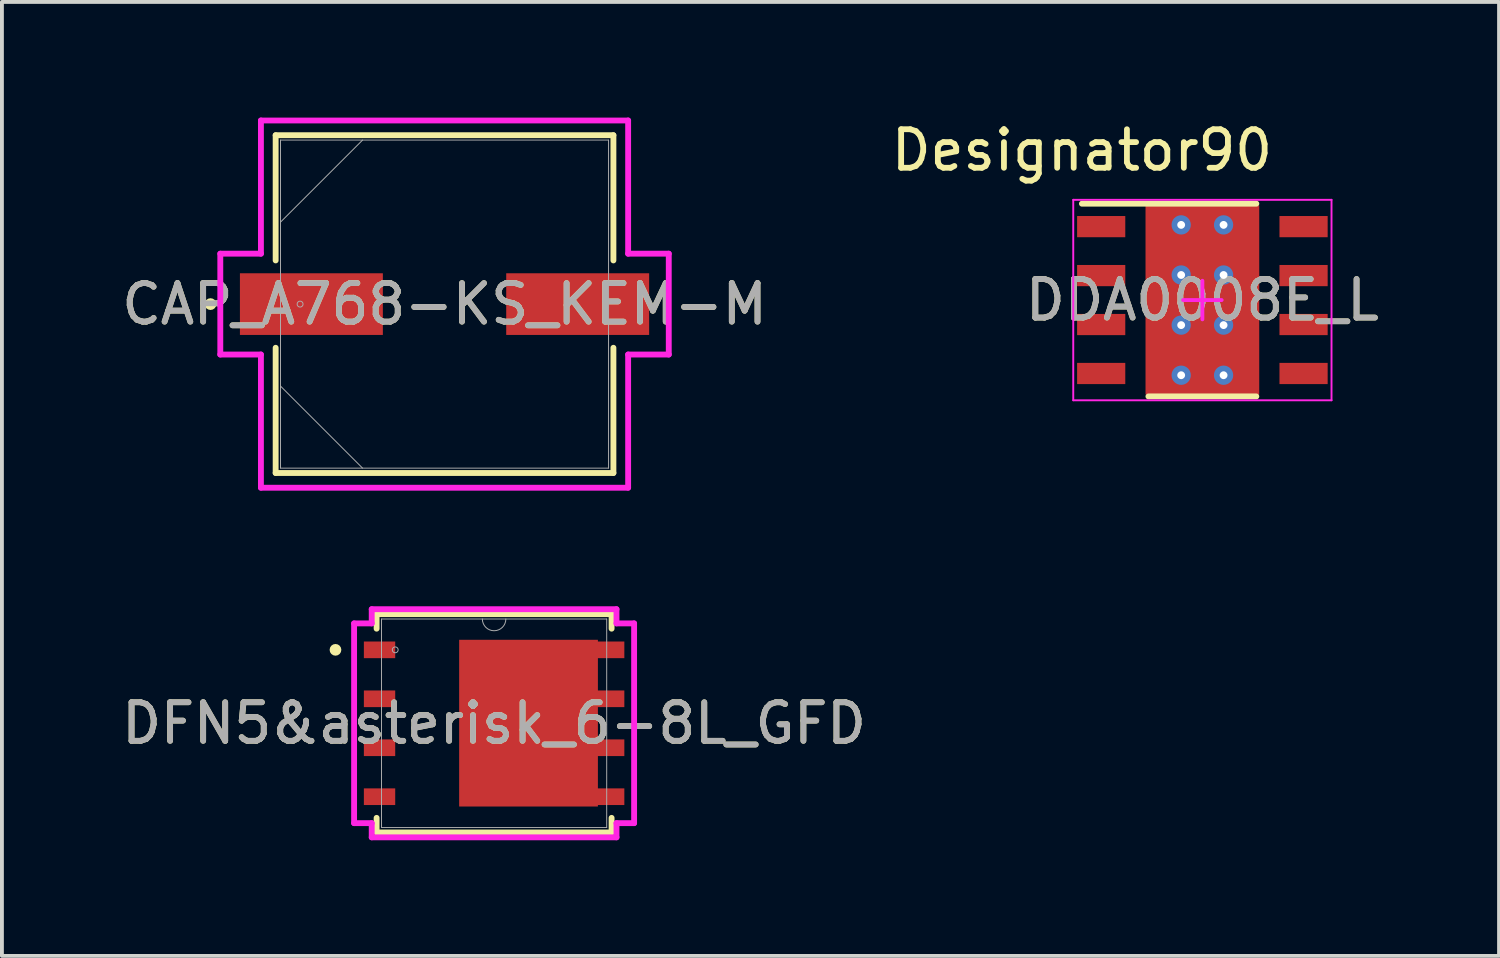
<source format=kicad_pcb>
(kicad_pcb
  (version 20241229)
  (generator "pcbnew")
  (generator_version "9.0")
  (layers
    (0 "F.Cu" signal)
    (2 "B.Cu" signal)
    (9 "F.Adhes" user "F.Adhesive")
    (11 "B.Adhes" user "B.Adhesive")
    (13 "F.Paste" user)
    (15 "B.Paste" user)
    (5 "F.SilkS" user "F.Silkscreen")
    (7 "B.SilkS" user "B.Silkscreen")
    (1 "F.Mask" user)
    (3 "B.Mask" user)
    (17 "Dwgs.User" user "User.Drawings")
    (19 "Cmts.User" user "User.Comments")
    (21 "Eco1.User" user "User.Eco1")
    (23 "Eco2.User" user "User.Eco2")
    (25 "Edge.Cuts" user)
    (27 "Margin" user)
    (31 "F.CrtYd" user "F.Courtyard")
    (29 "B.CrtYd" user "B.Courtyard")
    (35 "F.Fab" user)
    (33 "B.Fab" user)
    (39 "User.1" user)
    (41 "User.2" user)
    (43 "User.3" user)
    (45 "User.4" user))
  (footprint "DFN5&asterisk_6-8L_GFD"
    (layer "F.Cu")
    (at 9.768 15.713)
    (property "Reference" "DFN5&asterisk_6-8L_GFD" (at 0 0 0) (unlocked yes) (layer "F.SilkS") (effects (font (size 1 1) (thickness 0.15))))
    (attr smd)
    (fp_poly (pts (xy 2.692 -2.159) (xy -0.914 -2.159) (xy -0.914 2.159) (xy 2.692 2.159)) (stroke (width 0) (type solid)) (fill yes) (layer "F.Mask"))
    (fp_line (start -3.048 -2.832) (end -3.048 -2.454) (stroke (width 0.152) (type solid)) (layer "F.SilkS"))
    (fp_line (start -3.048 2.454) (end -3.048 2.832) (stroke (width 0.152) (type solid)) (layer "F.SilkS"))
    (fp_line (start -3.048 2.832) (end 3.048 2.832) (stroke (width 0.152) (type solid)) (layer "F.SilkS"))
    (fp_line (start 3.048 -2.832) (end -3.048 -2.832) (stroke (width 0.152) (type solid)) (layer "F.SilkS"))
    (fp_line (start 3.048 -2.454) (end 3.048 -2.832) (stroke (width 0.152) (type solid)) (layer "F.SilkS"))
    (fp_line (start 3.048 2.832) (end 3.048 2.454) (stroke (width 0.152) (type solid)) (layer "F.SilkS"))
    (fp_circle (center -4.115 -1.905) (end -4.039 -1.905) (stroke (width 0.152) (type solid)) (fill no) (layer "F.SilkS"))
    (fp_poly (pts (xy 2.692 -2.159) (xy -0.914 -2.159) (xy -0.914 2.159) (xy 2.692 2.159)) (stroke (width 0) (type solid)) (fill yes) (layer "F.Paste"))
    (fp_line (start -3.632 -2.591) (end -3.175 -2.591) (stroke (width 0.152) (type solid)) (layer "F.CrtYd"))
    (fp_line (start -3.632 2.591) (end -3.632 -2.591) (stroke (width 0.152) (type solid)) (layer "F.CrtYd"))
    (fp_line (start -3.632 2.591) (end -3.175 2.591) (stroke (width 0.152) (type solid)) (layer "F.CrtYd"))
    (fp_line (start -3.175 -2.959) (end 3.175 -2.959) (stroke (width 0.152) (type solid)) (layer "F.CrtYd"))
    (fp_line (start -3.175 -2.591) (end -3.175 -2.959) (stroke (width 0.152) (type solid)) (layer "F.CrtYd"))
    (fp_line (start -3.175 2.959) (end -3.175 2.591) (stroke (width 0.152) (type solid)) (layer "F.CrtYd"))
    (fp_line (start 3.175 -2.959) (end 3.175 -2.591) (stroke (width 0.152) (type solid)) (layer "F.CrtYd"))
    (fp_line (start 3.175 2.591) (end 3.175 2.959) (stroke (width 0.152) (type solid)) (layer "F.CrtYd"))
    (fp_line (start 3.175 2.959) (end -3.175 2.959) (stroke (width 0.152) (type solid)) (layer "F.CrtYd"))
    (fp_line (start 3.632 -2.591) (end 3.175 -2.591) (stroke (width 0.152) (type solid)) (layer "F.CrtYd"))
    (fp_line (start 3.632 -2.591) (end 3.632 2.591) (stroke (width 0.152) (type solid)) (layer "F.CrtYd"))
    (fp_line (start 3.632 2.591) (end 3.175 2.591) (stroke (width 0.152) (type solid)) (layer "F.CrtYd"))
    (fp_line (start -2.921 -2.705) (end -2.921 2.705) (stroke (width 0.025) (type solid)) (layer "F.Fab"))
    (fp_line (start -2.921 2.705) (end 2.921 2.705) (stroke (width 0.025) (type solid)) (layer "F.Fab"))
    (fp_line (start 2.921 -2.705) (end -2.921 -2.705) (stroke (width 0.025) (type solid)) (layer "F.Fab"))
    (fp_line (start 2.921 2.705) (end 2.921 -2.705) (stroke (width 0.025) (type solid)) (layer "F.Fab"))
    (fp_arc (start 0.3048 -2.7051) (mid 0 -2.4003) (end -0.3048 -2.7051) (stroke (width 0.0254) (type solid)) (layer "F.Fab"))
    (fp_circle (center -2.565 -1.905) (end -2.489 -1.905) (stroke (width 0.025) (type solid)) (fill no) (layer "F.Fab"))
    (fp_text user "${REFERENCE}" (at 0 0 0) (unlocked yes) (layer "F.Fab") (effects (font (size 1 1) (thickness 0.15))))
    (pad "1" smd rect (at 0.893 -0.003) (size 3.599 4.325) (layers "F.Cu" "F.Mask" "F.Paste"))
    (pad "1" smd rect (at 2.972 -1.905) (size 0.813 0.432) (layers "F.Cu" "F.Mask" "F.Paste"))
    (pad "1" smd rect (at 2.972 -0.635) (size 0.813 0.432) (layers "F.Cu" "F.Mask" "F.Paste"))
    (pad "1" smd rect (at 2.972 0.635) (size 0.813 0.432) (layers "F.Cu" "F.Mask" "F.Paste"))
    (pad "1" smd rect (at 2.972 1.905) (size 0.813 0.432) (layers "F.Cu" "F.Mask" "F.Paste"))
    (pad "2" smd rect (at -2.972 1.905) (size 0.813 0.432) (layers "F.Cu" "F.Mask" "F.Paste"))
    (pad "3" smd rect (at -2.972 -1.905) (size 0.813 0.432) (layers "F.Cu" "F.Mask" "F.Paste"))
    (pad "3" smd rect (at -2.972 -0.635) (size 0.813 0.432) (layers "F.Cu" "F.Mask" "F.Paste"))
    (pad "3" smd rect (at -2.972 0.635) (size 0.813 0.432) (layers "F.Cu" "F.Mask" "F.Paste")))
  (footprint "DDA0008E_L"
    (layer "F.Cu")
    (at 28.142 4.734)
    (property "Reference" "DDA0008E_L" (at 0 0 0) (unlocked yes) (layer "F.SilkS") (effects (font (size 1 1) (thickness 0.15))))
    (attr smd)
    (fp_poly (pts (xy -1.2 1.502) (xy -1.2 -1.502) (xy -1.199 -1.511) (xy -1.196 -1.52) (xy -1.192 -1.529) (xy -1.186 -1.536) (xy -1.179 -1.542) (xy -1.17 -1.546) (xy -1.161 -1.549) (xy -1.152 -1.55) (xy 1.152 -1.55) (xy 1.161 -1.549) (xy 1.17 -1.546) (xy 1.179 -1.542) (xy 1.186 -1.536) (xy 1.192 -1.529) (xy 1.196 -1.52) (xy 1.199 -1.511) (xy 1.2 -1.502) (xy 1.2 1.502) (xy 1.199 1.511) (xy 1.196 1.52) (xy 1.192 1.529) (xy 1.186 1.536) (xy 1.179 1.542) (xy 1.17 1.546) (xy 1.161 1.549) (xy 1.152 1.55) (xy -1.152 1.55) (xy -1.161 1.549) (xy -1.17 1.546) (xy -1.179 1.542) (xy -1.186 1.536) (xy -1.192 1.529) (xy -1.196 1.52) (xy -1.199 1.511)) (stroke (width 0) (type solid)) (fill yes) (layer "F.Mask"))
    (fp_line (start -3.125 -2.5) (end 1.4 -2.5) (stroke (width 0.152) (type solid)) (layer "F.SilkS"))
    (fp_line (start -1.4 2.5) (end 1.4 2.5) (stroke (width 0.152) (type solid)) (layer "F.SilkS"))
    (fp_poly (pts (xy -1.2 1.502) (xy -1.2 -1.502) (xy -1.199 -1.511) (xy -1.196 -1.52) (xy -1.192 -1.529) (xy -1.186 -1.536) (xy -1.179 -1.542) (xy -1.17 -1.546) (xy -1.161 -1.549) (xy -1.152 -1.55) (xy 1.152 -1.55) (xy 1.161 -1.549) (xy 1.17 -1.546) (xy 1.179 -1.542) (xy 1.186 -1.536) (xy 1.192 -1.529) (xy 1.196 -1.52) (xy 1.199 -1.511) (xy 1.2 -1.502) (xy 1.2 1.502) (xy 1.199 1.511) (xy 1.196 1.52) (xy 1.192 1.529) (xy 1.186 1.536) (xy 1.179 1.542) (xy 1.17 1.546) (xy 1.161 1.549) (xy 1.152 1.55) (xy -1.152 1.55) (xy -1.161 1.549) (xy -1.17 1.546) (xy -1.179 1.542) (xy -1.186 1.536) (xy -1.192 1.529) (xy -1.196 1.52) (xy -1.199 1.511)) (stroke (width 0) (type solid)) (fill yes) (layer "F.Paste"))
    (fp_line (start -3.35 -2.6) (end 3.35 -2.6) (stroke (width 0.05) (type solid)) (layer "F.CrtYd"))
    (fp_line (start -3.35 2.6) (end -3.35 -2.6) (stroke (width 0.05) (type solid)) (layer "F.CrtYd"))
    (fp_line (start -3.35 2.6) (end 3.35 2.6) (stroke (width 0.05) (type solid)) (layer "F.CrtYd"))
    (fp_line (start -0.5 0) (end 0.5 0) (stroke (width 0.1) (type solid)) (layer "F.CrtYd"))
    (fp_line (start 0 0.5) (end 0 -0.5) (stroke (width 0.1) (type solid)) (layer "F.CrtYd"))
    (fp_line (start 3.35 2.6) (end 3.35 -2.6) (stroke (width 0.05) (type solid)) (layer "F.CrtYd"))
    (fp_text user "Designator90" (at -3.124 -3.886 0) (unlocked yes) (layer "F.SilkS") (effects (font (size 1 1) (thickness 0.15))))
    (fp_text user "${REFERENCE}" (at 0 0 0) (unlocked yes) (layer "F.Fab") (effects (font (size 1 1) (thickness 0.15))))
    (pad "1" smd rect (at -2.625 -1.905 90) (size 0.55 1.25) (layers "F.Cu" "F.Mask" "F.Paste"))
    (pad "2" smd rect (at -2.625 -0.635 90) (size 0.55 1.25) (layers "F.Cu" "F.Mask" "F.Paste"))
    (pad "3" smd rect (at -2.625 0.635 90) (size 0.55 1.25) (layers "F.Cu" "F.Mask" "F.Paste"))
    (pad "4" smd rect (at -2.625 1.905 90) (size 0.55 1.25) (layers "F.Cu" "F.Mask" "F.Paste"))
    (pad "5" smd rect (at 2.625 1.905 90) (size 0.55 1.25) (layers "F.Cu" "F.Mask" "F.Paste"))
    (pad "6" smd rect (at 2.625 0.635 90) (size 0.55 1.25) (layers "F.Cu" "F.Mask" "F.Paste"))
    (pad "7" smd rect (at 2.625 -0.635 90) (size 0.55 1.25) (layers "F.Cu" "F.Mask" "F.Paste"))
    (pad "8" smd rect (at 2.625 -1.905 90) (size 0.55 1.25) (layers "F.Cu" "F.Mask" "F.Paste"))
    (pad "9" smd rect (at 0 0) (size 2.95 4.9) (layers "F.Cu"))
    (pad "V" thru_hole circle (at -0.55 -1.95) (size 0.5 0.5) (drill 0.203) (layers "*.Cu" "*.Mask"))
    (pad "V" thru_hole circle (at -0.55 -0.65) (size 0.5 0.5) (drill 0.203) (layers "*.Cu" "*.Mask"))
    (pad "V" thru_hole circle (at -0.55 0.65) (size 0.5 0.5) (drill 0.203) (layers "*.Cu" "*.Mask"))
    (pad "V" thru_hole circle (at -0.55 1.95) (size 0.5 0.5) (drill 0.203) (layers "*.Cu" "*.Mask"))
    (pad "V" thru_hole circle (at 0.55 -1.95) (size 0.5 0.5) (drill 0.203) (layers "*.Cu" "*.Mask"))
    (pad "V" thru_hole circle (at 0.55 -0.65) (size 0.5 0.5) (drill 0.203) (layers "*.Cu" "*.Mask"))
    (pad "V" thru_hole circle (at 0.55 0.65) (size 0.5 0.5) (drill 0.203) (layers "*.Cu" "*.Mask"))
    (pad "V" thru_hole circle (at 0.55 1.95) (size 0.5 0.5) (drill 0.203) (layers "*.Cu" "*.Mask")))
  (footprint "CAP_A768-KS_KEM-M"
    (layer "F.Cu")
    (at 8.482 4.839)
    (property "Reference" "CAP_A768-KS_KEM-M" (at 0 0 0) (unlocked yes) (layer "F.SilkS") (effects (font (size 1 1) (thickness 0.15))))
    (attr smd)
    (fp_line (start -4.381 -4.381) (end -4.381 -1.133) (stroke (width 0.152) (type solid)) (layer "F.SilkS"))
    (fp_line (start -4.381 1.133) (end -4.381 4.381) (stroke (width 0.152) (type solid)) (layer "F.SilkS"))
    (fp_line (start -4.381 4.381) (end 4.381 4.381) (stroke (width 0.152) (type solid)) (layer "F.SilkS"))
    (fp_line (start 4.381 -4.381) (end -4.381 -4.381) (stroke (width 0.152) (type solid)) (layer "F.SilkS"))
    (fp_line (start 4.381 -1.133) (end 4.381 -4.381) (stroke (width 0.152) (type solid)) (layer "F.SilkS"))
    (fp_line (start 4.381 4.381) (end 4.381 1.133) (stroke (width 0.152) (type solid)) (layer "F.SilkS"))
    (fp_circle (center -6.071 0) (end -5.994 0) (stroke (width 0.152) (type solid)) (fill no) (layer "F.SilkS"))
    (fp_line (start -5.817 -1.308) (end -4.763 -1.308) (stroke (width 0.152) (type solid)) (layer "F.CrtYd"))
    (fp_line (start -5.817 1.308) (end -5.817 -1.308) (stroke (width 0.152) (type solid)) (layer "F.CrtYd"))
    (fp_line (start -4.763 -4.763) (end 4.763 -4.763) (stroke (width 0.152) (type solid)) (layer "F.CrtYd"))
    (fp_line (start -4.763 -1.308) (end -4.763 -4.763) (stroke (width 0.152) (type solid)) (layer "F.CrtYd"))
    (fp_line (start -4.763 1.308) (end -5.817 1.308) (stroke (width 0.152) (type solid)) (layer "F.CrtYd"))
    (fp_line (start -4.763 4.763) (end -4.763 1.308) (stroke (width 0.152) (type solid)) (layer "F.CrtYd"))
    (fp_line (start 4.763 -4.763) (end 4.763 -1.308) (stroke (width 0.152) (type solid)) (layer "F.CrtYd"))
    (fp_line (start 4.763 -1.308) (end 5.817 -1.308) (stroke (width 0.152) (type solid)) (layer "F.CrtYd"))
    (fp_line (start 4.763 1.308) (end 4.763 4.763) (stroke (width 0.152) (type solid)) (layer "F.CrtYd"))
    (fp_line (start 4.763 4.763) (end -4.763 4.763) (stroke (width 0.152) (type solid)) (layer "F.CrtYd"))
    (fp_line (start 5.817 -1.308) (end 5.817 1.308) (stroke (width 0.152) (type solid)) (layer "F.CrtYd"))
    (fp_line (start 5.817 1.308) (end 4.763 1.308) (stroke (width 0.152) (type solid)) (layer "F.CrtYd"))
    (fp_line (start -4.255 -4.255) (end -4.255 4.255) (stroke (width 0.025) (type solid)) (layer "F.Fab"))
    (fp_line (start -4.255 -2.127) (end -2.127 -4.255) (stroke (width 0.025) (type solid)) (layer "F.Fab"))
    (fp_line (start -4.255 2.127) (end -2.127 4.255) (stroke (width 0.025) (type solid)) (layer "F.Fab"))
    (fp_line (start -4.255 4.255) (end 4.255 4.255) (stroke (width 0.025) (type solid)) (layer "F.Fab"))
    (fp_line (start 4.255 -4.255) (end -4.255 -4.255) (stroke (width 0.025) (type solid)) (layer "F.Fab"))
    (fp_line (start 4.255 4.255) (end 4.255 -4.255) (stroke (width 0.025) (type solid)) (layer "F.Fab"))
    (fp_circle (center -3.747 0) (end -3.67 0) (stroke (width 0.025) (type solid)) (fill no) (layer "F.Fab"))
    (fp_text user "${REFERENCE}" (at 0 0 0) (unlocked yes) (layer "F.Fab") (effects (font (size 1 1) (thickness 0.15))))
    (pad "1" smd rect (at -3.454 0) (size 3.708 1.6) (layers "F.Cu" "F.Mask" "F.Paste"))
    (pad "2" smd rect (at 3.454 0) (size 3.708 1.6) (layers "F.Cu" "F.Mask" "F.Paste"))
    (zone (net_name "") (layer "F.Cu") (hatch full 0.508) (connect_pads) (min_thickness 0.254) (filled_areas_thickness no) (keepout (tracks not_allowed) (vias not_allowed) (pads allowed) (copperpour not_allowed) (footprints allowed)) (placement (enabled no)) (fill) (polygon (pts (xy 4.278 0.635) (xy 12.686 0.635) (xy 12.686 3.988) (xy 4.278 3.988))))
    (zone (net_name "") (layer "F.Cu") (hatch full 0.508) (connect_pads) (min_thickness 0.254) (filled_areas_thickness no) (keepout (tracks not_allowed) (vias not_allowed) (pads allowed) (copperpour not_allowed) (footprints allowed)) (placement (enabled no)) (fill) (polygon (pts (xy 4.278 5.69) (xy 12.686 5.69) (xy 12.686 9.042) (xy 4.278 9.042))))
    (zone (net_name "") (layer "F.Cu") (hatch full 0.508) (connect_pads) (min_thickness 0.254) (filled_areas_thickness no) (keepout (tracks not_allowed) (vias not_allowed) (pads allowed) (copperpour not_allowed) (footprints allowed)) (placement (enabled no)) (fill) (polygon (pts (xy 6.933 3.988) (xy 10.032 3.988) (xy 10.032 5.69) (xy 6.933 5.69)))))
  (gr_rect
    (start -3 -3)
    (end 35.838 21.748)
    (stroke (width 0.1) (type default))
    (fill no)
    (layer "Edge.Cuts")))
</source>
